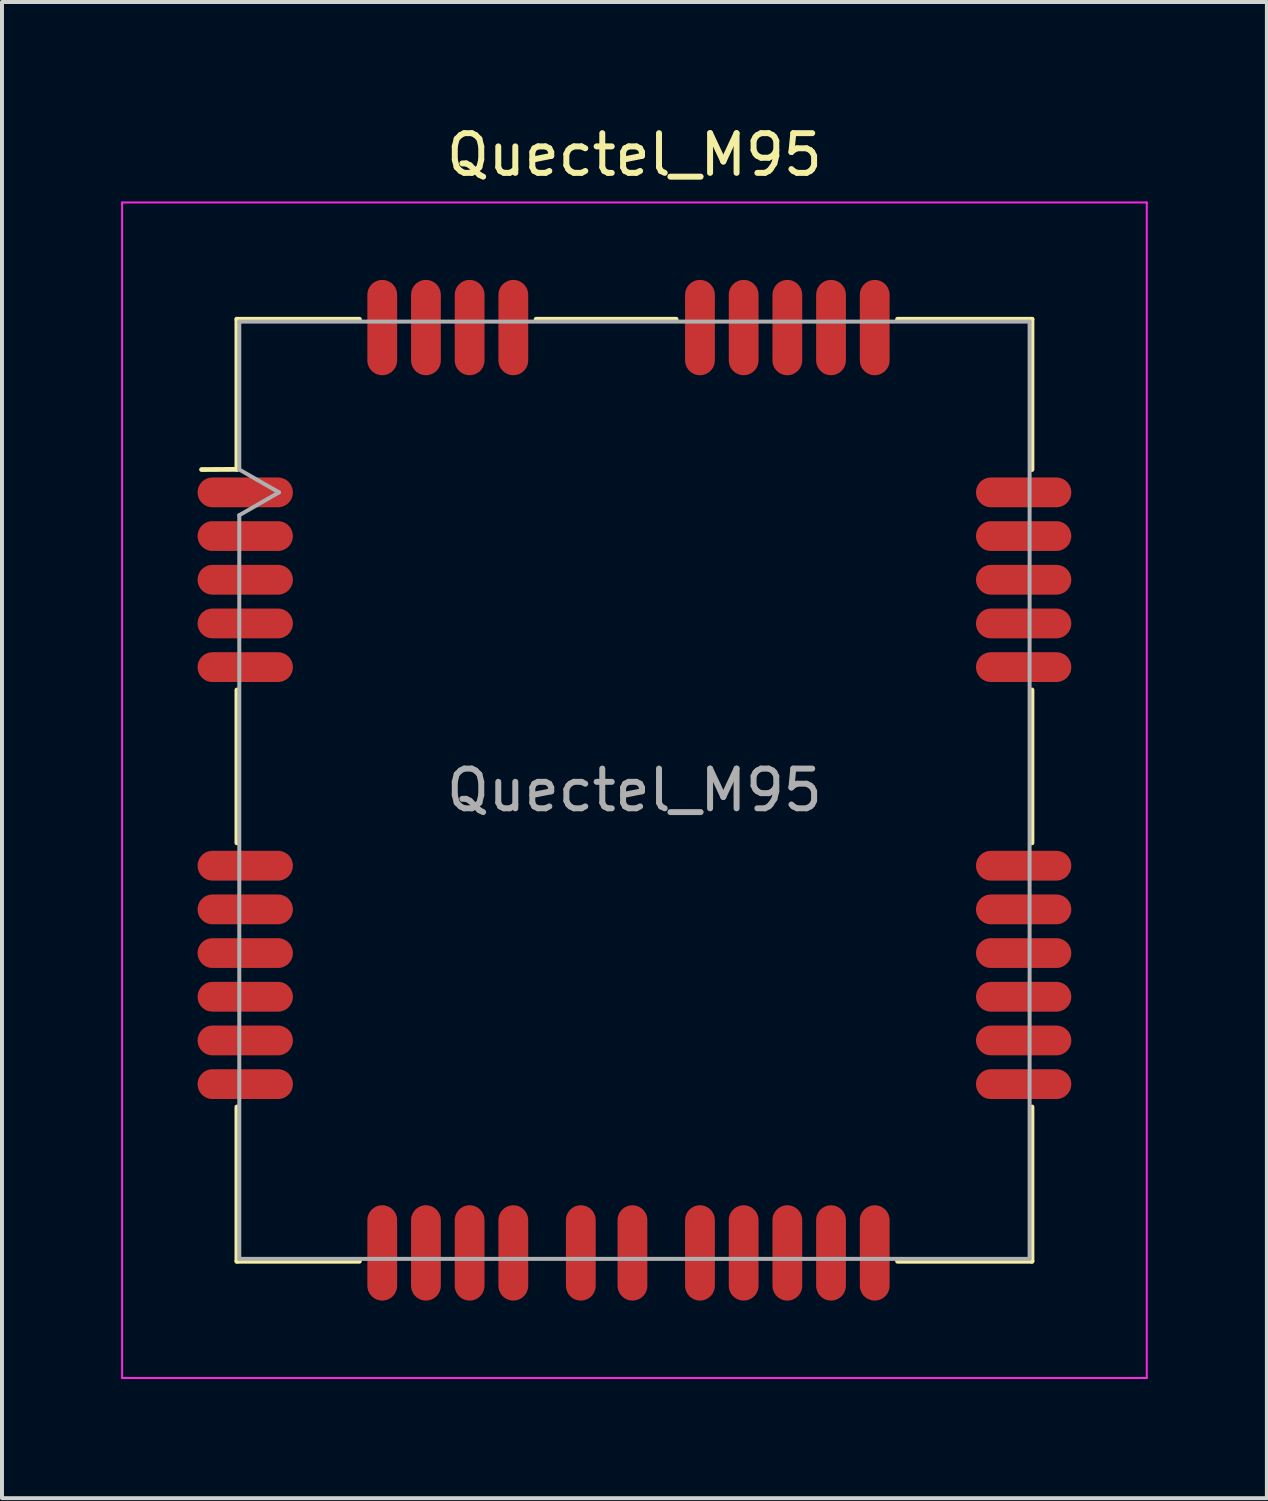
<source format=kicad_pcb>
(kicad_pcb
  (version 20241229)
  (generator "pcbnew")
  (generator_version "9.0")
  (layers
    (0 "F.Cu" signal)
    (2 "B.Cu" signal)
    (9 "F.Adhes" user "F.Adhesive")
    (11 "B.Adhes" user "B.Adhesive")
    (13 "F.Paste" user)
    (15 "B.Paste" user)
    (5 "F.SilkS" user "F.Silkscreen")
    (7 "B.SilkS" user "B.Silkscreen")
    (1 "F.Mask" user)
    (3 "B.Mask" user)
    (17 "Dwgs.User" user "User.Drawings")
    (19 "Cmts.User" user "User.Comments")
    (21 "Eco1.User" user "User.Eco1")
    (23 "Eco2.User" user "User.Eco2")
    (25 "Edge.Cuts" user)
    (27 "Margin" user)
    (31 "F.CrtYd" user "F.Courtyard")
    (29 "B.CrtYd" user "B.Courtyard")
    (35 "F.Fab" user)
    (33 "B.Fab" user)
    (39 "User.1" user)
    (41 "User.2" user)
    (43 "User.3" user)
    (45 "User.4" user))
  (footprint "Quectel_M95"
    (layer "F.Cu")
    (at 12.925 16.848)
    (property "Reference" "Quectel_M95" (at 0 -16 0) (layer "F.SilkS") (effects (font (size 1 1) (thickness 0.15))))
    (attr smd)
    (fp_line (start -10.01 -11.86) (end -6.925 -11.86) (stroke (width 0.12) (type solid)) (layer "F.SilkS"))
    (fp_line (start -10.01 -8.08) (end -10.9 -8.075) (stroke (width 0.12) (type solid)) (layer "F.SilkS"))
    (fp_line (start -10.01 -8.08) (end -10.01 -11.86) (stroke (width 0.12) (type solid)) (layer "F.SilkS"))
    (fp_line (start -10.01 -2.525) (end -10.01 1.325) (stroke (width 0.12) (type solid)) (layer "F.SilkS"))
    (fp_line (start -10.01 11.86) (end -10.01 7.975) (stroke (width 0.12) (type solid)) (layer "F.SilkS"))
    (fp_line (start -10.01 11.86) (end -6.925 11.86) (stroke (width 0.12) (type solid)) (layer "F.SilkS"))
    (fp_line (start -2.475 -11.86) (end 1.05 -11.86) (stroke (width 0.12) (type solid)) (layer "F.SilkS"))
    (fp_line (start 6.625 -11.86) (end 10.01 -11.86) (stroke (width 0.12) (type solid)) (layer "F.SilkS"))
    (fp_line (start 6.625 11.86) (end 10.01 11.86) (stroke (width 0.12) (type solid)) (layer "F.SilkS"))
    (fp_line (start 10.01 -8.075) (end 10.01 -11.86) (stroke (width 0.12) (type solid)) (layer "F.SilkS"))
    (fp_line (start 10.01 -2.525) (end 10.01 1.325) (stroke (width 0.12) (type solid)) (layer "F.SilkS"))
    (fp_line (start 10.01 11.86) (end 10.01 7.975) (stroke (width 0.12) (type solid)) (layer "F.SilkS"))
    (fp_line (start -12.9 -14.8) (end -12.9 14.8) (stroke (width 0.05) (type solid)) (layer "F.CrtYd"))
    (fp_line (start -12.9 -14.8) (end 12.9 -14.8) (stroke (width 0.05) (type solid)) (layer "F.CrtYd"))
    (fp_line (start -12.9 14.8) (end 12.9 14.8) (stroke (width 0.05) (type solid)) (layer "F.CrtYd"))
    (fp_line (start 12.9 -14.8) (end 12.9 14.8) (stroke (width 0.05) (type solid)) (layer "F.CrtYd"))
    (fp_line (start -9.95 -11.8) (end -9.95 -8.075) (stroke (width 0.1) (type solid)) (layer "F.Fab"))
    (fp_line (start -9.95 -11.8) (end 9.95 -11.8) (stroke (width 0.1) (type solid)) (layer "F.Fab"))
    (fp_line (start -9.95 -8.075) (end -8.95 -7.5) (stroke (width 0.1) (type solid)) (layer "F.Fab"))
    (fp_line (start -9.95 -6.925) (end -9.95 11.8) (stroke (width 0.1) (type solid)) (layer "F.Fab"))
    (fp_line (start -8.95 -7.5) (end -9.95 -6.925) (stroke (width 0.1) (type solid)) (layer "F.Fab"))
    (fp_line (start 9.95 -11.8) (end 9.95 11.8) (stroke (width 0.1) (type solid)) (layer "F.Fab"))
    (fp_line (start 9.95 11.8) (end -9.95 11.8) (stroke (width 0.1) (type solid)) (layer "F.Fab"))
    (fp_text user "${REFERENCE}" (at 0 0 0) (layer "F.Fab") (effects (font (size 1 1) (thickness 0.15))))
    (pad "1" smd oval (at -9.8 -7.5) (size 2.4 0.75) (layers "F.Cu" "F.Mask" "F.Paste"))
    (pad "2" smd oval (at -9.8 -6.4) (size 2.4 0.75) (layers "F.Cu" "F.Mask" "F.Paste"))
    (pad "3" smd oval (at -9.8 -5.3) (size 2.4 0.75) (layers "F.Cu" "F.Mask" "F.Paste"))
    (pad "4" smd oval (at -9.8 -4.2) (size 2.4 0.75) (layers "F.Cu" "F.Mask" "F.Paste"))
    (pad "5" smd oval (at -9.8 -3.1) (size 2.4 0.75) (layers "F.Cu" "F.Mask" "F.Paste"))
    (pad "6" smd oval (at -9.8 1.9) (size 2.4 0.75) (layers "F.Cu" "F.Mask" "F.Paste"))
    (pad "7" smd oval (at -9.8 3) (size 2.4 0.75) (layers "F.Cu" "F.Mask" "F.Paste"))
    (pad "8" smd oval (at -9.8 4.1) (size 2.4 0.75) (layers "F.Cu" "F.Mask" "F.Paste"))
    (pad "9" smd oval (at -9.8 5.2) (size 2.4 0.75) (layers "F.Cu" "F.Mask" "F.Paste"))
    (pad "10" smd oval (at -9.8 6.3) (size 2.4 0.75) (layers "F.Cu" "F.Mask" "F.Paste"))
    (pad "11" smd oval (at -9.8 7.4) (size 2.4 0.75) (layers "F.Cu" "F.Mask" "F.Paste"))
    (pad "12" smd oval (at -6.35 11.65) (size 0.75 2.4) (layers "F.Cu" "F.Mask" "F.Paste"))
    (pad "13" smd oval (at -5.25 11.65) (size 0.75 2.4) (layers "F.Cu" "F.Mask" "F.Paste"))
    (pad "14" smd oval (at -4.15 11.65) (size 0.75 2.4) (layers "F.Cu" "F.Mask" "F.Paste"))
    (pad "15" smd oval (at -3.05 11.65) (size 0.75 2.4) (layers "F.Cu" "F.Mask" "F.Paste"))
    (pad "16" smd oval (at 1.65 11.65) (size 0.75 2.4) (layers "F.Cu" "F.Mask" "F.Paste"))
    (pad "17" smd oval (at 2.75 11.65) (size 0.75 2.4) (layers "F.Cu" "F.Mask" "F.Paste"))
    (pad "18" smd oval (at 3.85 11.65) (size 0.75 2.4) (layers "F.Cu" "F.Mask" "F.Paste"))
    (pad "19" smd oval (at 4.95 11.65) (size 0.75 2.4) (layers "F.Cu" "F.Mask" "F.Paste"))
    (pad "20" smd oval (at 6.05 11.65) (size 0.75 2.4) (layers "F.Cu" "F.Mask" "F.Paste"))
    (pad "21" smd oval (at 9.8 7.4) (size 2.4 0.75) (layers "F.Cu" "F.Mask" "F.Paste"))
    (pad "22" smd oval (at 9.8 6.3) (size 2.4 0.75) (layers "F.Cu" "F.Mask" "F.Paste"))
    (pad "23" smd oval (at 9.8 5.2) (size 2.4 0.75) (layers "F.Cu" "F.Mask" "F.Paste"))
    (pad "24" smd oval (at 9.8 4.1) (size 2.4 0.75) (layers "F.Cu" "F.Mask" "F.Paste"))
    (pad "25" smd oval (at 9.8 3) (size 2.4 0.75) (layers "F.Cu" "F.Mask" "F.Paste"))
    (pad "26" smd oval (at 9.8 1.9) (size 2.4 0.75) (layers "F.Cu" "F.Mask" "F.Paste"))
    (pad "27" smd oval (at 9.8 -3.1) (size 2.4 0.75) (layers "F.Cu" "F.Mask" "F.Paste"))
    (pad "28" smd oval (at 9.8 -4.2) (size 2.4 0.75) (layers "F.Cu" "F.Mask" "F.Paste"))
    (pad "29" smd oval (at 9.8 -5.3) (size 2.4 0.75) (layers "F.Cu" "F.Mask" "F.Paste"))
    (pad "30" smd oval (at 9.8 -6.4) (size 2.4 0.75) (layers "F.Cu" "F.Mask" "F.Paste"))
    (pad "31" smd oval (at 9.8 -7.5) (size 2.4 0.75) (layers "F.Cu" "F.Mask" "F.Paste"))
    (pad "32" smd oval (at 6.05 -11.65) (size 0.75 2.4) (layers "F.Cu" "F.Mask" "F.Paste"))
    (pad "33" smd oval (at 4.95 -11.65) (size 0.75 2.4) (layers "F.Cu" "F.Mask" "F.Paste"))
    (pad "34" smd oval (at 3.85 -11.65) (size 0.75 2.4) (layers "F.Cu" "F.Mask" "F.Paste"))
    (pad "35" smd oval (at 2.75 -11.65) (size 0.75 2.4) (layers "F.Cu" "F.Mask" "F.Paste"))
    (pad "36" smd oval (at 1.65 -11.65) (size 0.75 2.4) (layers "F.Cu" "F.Mask" "F.Paste"))
    (pad "37" smd oval (at -3.05 -11.65) (size 0.75 2.4) (layers "F.Cu" "F.Mask" "F.Paste"))
    (pad "38" smd oval (at -4.15 -11.65) (size 0.75 2.4) (layers "F.Cu" "F.Mask" "F.Paste"))
    (pad "39" smd oval (at -5.25 -11.65) (size 0.75 2.4) (layers "F.Cu" "F.Mask" "F.Paste"))
    (pad "40" smd oval (at -6.35 -11.65) (size 0.75 2.4) (layers "F.Cu" "F.Mask" "F.Paste"))
    (pad "41" smd oval (at -1.35 11.65) (size 0.75 2.4) (layers "F.Cu" "F.Mask" "F.Paste"))
    (pad "42" smd oval (at -0.05 11.65) (size 0.75 2.4) (layers "F.Cu" "F.Mask" "F.Paste")))
  (gr_rect
    (start -3 -3)
    (end 28.85 34.673)
    (stroke (width 0.1) (type default))
    (fill no)
    (layer "Edge.Cuts")))
</source>
